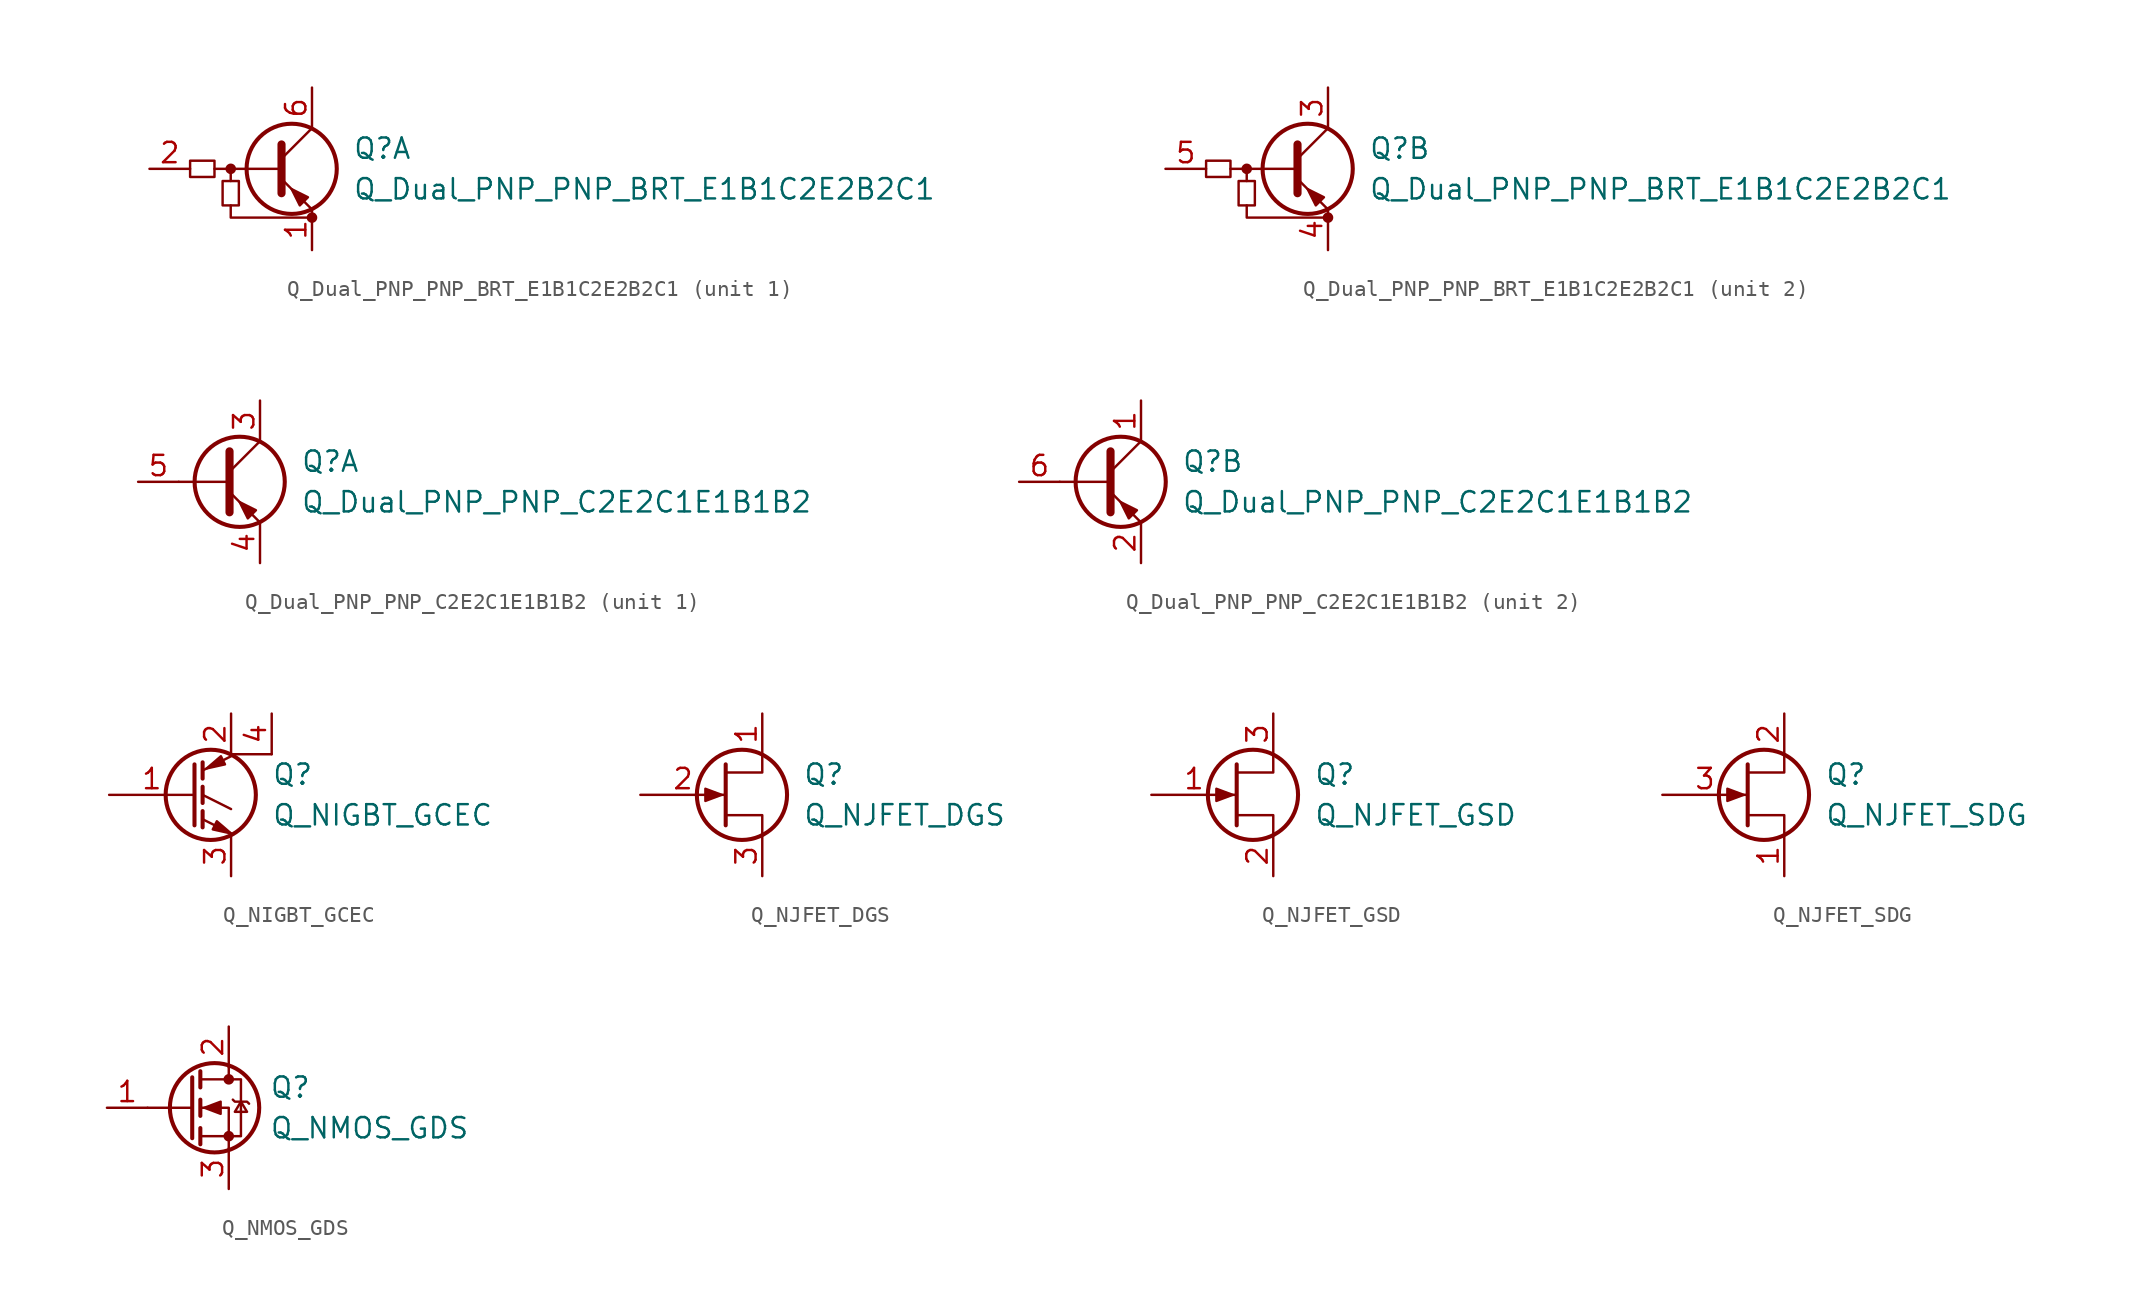
<source format=kicad_sym>
(kicad_symbol_lib
  (version 20211014)
  (generator kicad_symbol_editor)
  (symbol "Q_Dual_PNP_PNP_BRT_E1B1C2E2B2C1"
    (pin_names hide)
    (property "Reference" "Q"
      (at 3.81 1.27 0)
      (effects (font (size 1.27 1.27)) (justify left)))
    (property "Value" "Q_Dual_PNP_PNP_BRT_E1B1C2E2B2C1"
      (at 3.81 -1.27 0)
      (effects (font (size 1.27 1.27)) (justify left)))
    (symbol "Q_Dual_PNP_PNP_BRT_E1B1C2E2B2C1_0_1"
      (rectangle (start -6.35 0.508) (end -4.826 -0.508) (stroke (width 0) (type default) (color 0 0 0 0)) (fill (type none)))
      (rectangle (start -4.318 -2.286) (end -3.302 -0.762) (stroke (width 0) (type default) (color 0 0 0 0)) (fill (type none)))
      (circle (center -3.81 0) (radius 0.254) (stroke (width 0) (type default) (color 0 0 0 0)) (fill (type outline)))
      (polyline (pts (xy -3.81 -0.762) (xy -3.81 0)) (stroke (width 0) (type default) (color 0 0 0 0)) (fill (type none)))
      (polyline (pts (xy -0.762 0) (xy -4.826 0)) (stroke (width 0) (type default) (color 0 0 0 0)) (fill (type none)))
      (polyline (pts (xy -0.635 1.524) (xy -0.635 -1.524)) (stroke (width 0.508) (type default) (color 0 0 0 0)) (fill (type none)))
      (polyline (pts (xy -3.81 -2.286) (xy -3.81 -3.048) (xy 1.27 -3.048)) (stroke (width 0) (type default) (color 0 0 0 0)) (fill (type none)))
      (polyline (pts (xy 1.016 -1.778) (xy 0.508 -2.286) (xy 0 -1.27) (xy 1.016 -1.778) (xy 1.016 -1.778)) (stroke (width 0) (type default) (color 0 0 0 0)) (fill (type outline)))
      (circle (center 1.27 -3.048) (radius 0.254) (stroke (width 0) (type default) (color 0 0 0 0)) (fill (type outline))))
    (symbol "Q_Dual_PNP_PNP_BRT_E1B1C2E2B2C1_1_1"
      (polyline (pts (xy -0.635 0.635) (xy 1.27 2.54)) (stroke (width 0) (type default) (color 0 0 0 0)) (fill (type none)))
      (polyline (pts (xy -0.635 -0.635) (xy 1.27 -2.54) (xy 1.27 -2.54)) (stroke (width 0) (type default) (color 0 0 0 0)) (fill (type none)))
      (circle (center 0 0) (radius 2.819) (stroke (width 0.254) (type default) (color 0 0 0 0)) (fill (type none)))
      (pin passive line (at 1.27 -5.08 90) (length 2.54) (name "E1" (effects (font (size 1.27 1.27)))) (number "1" (effects (font (size 1.27 1.27)))))
      (pin input line (at -8.89 0 0) (length 2.54) (name "B1" (effects (font (size 1.27 1.27)))) (number "2" (effects (font (size 1.27 1.27)))))
      (pin passive line (at 1.27 5.08 270) (length 2.54) (name "C1" (effects (font (size 1.27 1.27)))) (number "6" (effects (font (size 1.27 1.27))))))
    (symbol "Q_Dual_PNP_PNP_BRT_E1B1C2E2B2C1_2_1"
      (polyline (pts (xy -0.635 0.635) (xy 1.27 2.54)) (stroke (width 0) (type default) (color 0 0 0 0)) (fill (type none)))
      (polyline (pts (xy -0.635 -0.635) (xy 1.27 -2.54) (xy 1.27 -2.54)) (stroke (width 0) (type default) (color 0 0 0 0)) (fill (type none)))
      (circle (center 0 0) (radius 2.819) (stroke (width 0.254) (type default) (color 0 0 0 0)) (fill (type none)))
      (pin passive line (at 1.27 5.08 270) (length 2.54) (name "C2" (effects (font (size 1.27 1.27)))) (number "3" (effects (font (size 1.27 1.27)))))
      (pin passive line (at 1.27 -5.08 90) (length 2.54) (name "E2" (effects (font (size 1.27 1.27)))) (number "4" (effects (font (size 1.27 1.27)))))
      (pin input line (at -8.89 0 0) (length 2.54) (name "B2" (effects (font (size 1.27 1.27)))) (number "5" (effects (font (size 1.27 1.27)))))))
  (symbol "Q_Dual_PNP_PNP_C2E2C1E1B1B2"
    (pin_names
      (offset 0) hide)
    (property "Reference" "Q"
      (at 5.08 1.27 0)
      (effects (font (size 1.27 1.27)) (justify left)))
    (property "Value" "Q_Dual_PNP_PNP_C2E2C1E1B1B2"
      (at 5.08 -1.27 0)
      (effects (font (size 1.27 1.27)) (justify left)))
    (property "ki_locked" ""
      (at 0 0 0)
      (effects (font (size 1.27 1.27))))
    (symbol "Q_Dual_PNP_PNP_C2E2C1E1B1B2_0_1"
      (polyline (pts (xy 0.635 0) (xy -2.54 0)) (stroke (width 0) (type default) (color 0 0 0 0)) (fill (type none)))
      (polyline (pts (xy 0.635 0.635) (xy 2.54 2.54)) (stroke (width 0) (type default) (color 0 0 0 0)) (fill (type none)))
      (polyline (pts (xy 0.635 -0.635) (xy 2.54 -2.54) (xy 2.54 -2.54)) (stroke (width 0) (type default) (color 0 0 0 0)) (fill (type none)))
      (polyline (pts (xy 0.635 1.905) (xy 0.635 -1.905) (xy 0.635 -1.905)) (stroke (width 0.508) (type default) (color 0 0 0 0)) (fill (type none)))
      (polyline (pts (xy 2.286 -1.778) (xy 1.778 -2.286) (xy 1.27 -1.27) (xy 2.286 -1.778) (xy 2.286 -1.778)) (stroke (width 0) (type default) (color 0 0 0 0)) (fill (type outline)))
      (circle (center 1.27 0) (radius 2.819) (stroke (width 0.254) (type default) (color 0 0 0 0)) (fill (type none))))
    (symbol "Q_Dual_PNP_PNP_C2E2C1E1B1B2_1_1"
      (pin passive line (at 2.54 5.08 270) (length 2.54) (name "C1" (effects (font (size 1.27 1.27)))) (number "3" (effects (font (size 1.27 1.27)))))
      (pin passive line (at 2.54 -5.08 90) (length 2.54) (name "E1" (effects (font (size 1.27 1.27)))) (number "4" (effects (font (size 1.27 1.27)))))
      (pin input line (at -5.08 0 0) (length 2.54) (name "B1" (effects (font (size 1.27 1.27)))) (number "5" (effects (font (size 1.27 1.27))))))
    (symbol "Q_Dual_PNP_PNP_C2E2C1E1B1B2_2_1"
      (pin passive line (at 2.54 5.08 270) (length 2.54) (name "C2" (effects (font (size 1.27 1.27)))) (number "1" (effects (font (size 1.27 1.27)))))
      (pin passive line (at 2.54 -5.08 90) (length 2.54) (name "E2" (effects (font (size 1.27 1.27)))) (number "2" (effects (font (size 1.27 1.27)))))
      (pin input line (at -5.08 0 0) (length 2.54) (name "B2" (effects (font (size 1.27 1.27)))) (number "6" (effects (font (size 1.27 1.27)))))))
  (symbol "Q_NIGBT_GCEC"
    (pin_names
      (offset 0) hide)
    (property "Reference" "Q"
      (at 5.08 1.27 0)
      (effects (font (size 1.27 1.27)) (justify left)))
    (property "Value" "Q_NIGBT_GCEC"
      (at 5.08 -1.27 0)
      (effects (font (size 1.27 1.27)) (justify left)))
    (symbol "Q_NIGBT_GCEC_0_1"
      (polyline (pts (xy 0.762 -1.016) (xy 0.762 -2.032)) (stroke (width 0.254) (type default) (color 0 0 0 0)) (fill (type none)))
      (polyline (pts (xy 0.762 0.508) (xy 0.762 -0.508)) (stroke (width 0.254) (type default) (color 0 0 0 0)) (fill (type none)))
      (polyline (pts (xy 0.762 2.032) (xy 0.762 1.016)) (stroke (width 0.254) (type default) (color 0 0 0 0)) (fill (type none)))
      (polyline (pts (xy 2.54 -2.413) (xy 0.762 -1.524)) (stroke (width 0) (type default) (color 0 0 0 0)) (fill (type none)))
      (polyline (pts (xy 2.54 -0.889) (xy 0.762 0)) (stroke (width 0) (type default) (color 0 0 0 0)) (fill (type none)))
      (polyline (pts (xy 2.54 2.413) (xy 0.762 1.524)) (stroke (width 0) (type default) (color 0 0 0 0)) (fill (type none)))
      (polyline (pts (xy 2.54 2.54) (xy 5.08 2.54)) (stroke (width 0) (type default) (color 0 0 0 0)) (fill (type none)))
      (polyline (pts (xy 0.254 1.905) (xy 0.254 -1.905) (xy 0.254 -1.905)) (stroke (width 0.254) (type default) (color 0 0 0 0)) (fill (type none)))
      (polyline (pts (xy 1.397 -2.159) (xy 1.651 -1.651) (xy 2.54 -2.413) (xy 1.397 -2.159)) (stroke (width 0) (type default) (color 0 0 0 0)) (fill (type outline)))
      (polyline (pts (xy 2.159 1.905) (xy 1.905 2.413) (xy 1.016 1.651) (xy 2.159 1.905)) (stroke (width 0) (type default) (color 0 0 0 0)) (fill (type outline)))
      (circle (center 1.27 0) (radius 2.819) (stroke (width 0.254) (type default) (color 0 0 0 0)) (fill (type none))))
    (symbol "Q_NIGBT_GCEC_1_1"
      (pin input line (at -5.08 0 0) (length 5.334) (name "G" (effects (font (size 1.27 1.27)))) (number "1" (effects (font (size 1.27 1.27)))))
      (pin passive line (at 2.54 5.08 270) (length 2.54) (name "C" (effects (font (size 1.27 1.27)))) (number "2" (effects (font (size 1.27 1.27)))))
      (pin passive line (at 2.54 -5.08 90) (length 2.54) (name "E" (effects (font (size 1.27 1.27)))) (number "3" (effects (font (size 1.27 1.27)))))
      (pin passive line (at 5.08 5.08 270) (length 2.54) (name "C" (effects (font (size 1.27 1.27)))) (number "4" (effects (font (size 1.27 1.27)))))))
  (symbol "Q_NJFET_DGS"
    (pin_names
      (offset 0) hide)
    (property "Reference" "Q"
      (at 5.08 1.27 0)
      (effects (font (size 1.27 1.27)) (justify left)))
    (property "Value" "Q_NJFET_DGS"
      (at 5.08 -1.27 0)
      (effects (font (size 1.27 1.27)) (justify left)))
    (symbol "Q_NJFET_DGS_0_1"
      (polyline (pts (xy 0.254 1.905) (xy 0.254 -1.905) (xy 0.254 -1.905)) (stroke (width 0.254) (type default) (color 0 0 0 0)) (fill (type none)))
      (polyline (pts (xy 2.54 -2.54) (xy 2.54 -1.27) (xy 0.254 -1.27)) (stroke (width 0) (type default) (color 0 0 0 0)) (fill (type none)))
      (polyline (pts (xy 2.54 2.54) (xy 2.54 1.397) (xy 0.254 1.397)) (stroke (width 0) (type default) (color 0 0 0 0)) (fill (type none)))
      (polyline (pts (xy 0 0) (xy -1.016 0.381) (xy -1.016 -0.381) (xy 0 0)) (stroke (width 0) (type default) (color 0 0 0 0)) (fill (type outline)))
      (circle (center 1.27 0) (radius 2.819) (stroke (width 0.254) (type default) (color 0 0 0 0)) (fill (type none))))
    (symbol "Q_NJFET_DGS_1_1"
      (pin passive line (at 2.54 5.08 270) (length 2.54) (name "D" (effects (font (size 1.27 1.27)))) (number "1" (effects (font (size 1.27 1.27)))))
      (pin input line (at -5.08 0 0) (length 5.334) (name "G" (effects (font (size 1.27 1.27)))) (number "2" (effects (font (size 1.27 1.27)))))
      (pin passive line (at 2.54 -5.08 90) (length 2.54) (name "S" (effects (font (size 1.27 1.27)))) (number "3" (effects (font (size 1.27 1.27)))))))
  (symbol "Q_NJFET_GSD"
    (pin_names
      (offset 0) hide)
    (property "Reference" "Q"
      (at 5.08 1.27 0)
      (effects (font (size 1.27 1.27)) (justify left)))
    (property "Value" "Q_NJFET_GSD"
      (at 5.08 -1.27 0)
      (effects (font (size 1.27 1.27)) (justify left)))
    (symbol "Q_NJFET_GSD_0_1"
      (polyline (pts (xy 0.254 1.905) (xy 0.254 -1.905) (xy 0.254 -1.905)) (stroke (width 0.254) (type default) (color 0 0 0 0)) (fill (type none)))
      (polyline (pts (xy 2.54 -2.54) (xy 2.54 -1.27) (xy 0.254 -1.27)) (stroke (width 0) (type default) (color 0 0 0 0)) (fill (type none)))
      (polyline (pts (xy 2.54 2.54) (xy 2.54 1.397) (xy 0.254 1.397)) (stroke (width 0) (type default) (color 0 0 0 0)) (fill (type none)))
      (polyline (pts (xy 0 0) (xy -1.016 0.381) (xy -1.016 -0.381) (xy 0 0)) (stroke (width 0) (type default) (color 0 0 0 0)) (fill (type outline)))
      (circle (center 1.27 0) (radius 2.819) (stroke (width 0.254) (type default) (color 0 0 0 0)) (fill (type none))))
    (symbol "Q_NJFET_GSD_1_1"
      (pin input line (at -5.08 0 0) (length 5.334) (name "G" (effects (font (size 1.27 1.27)))) (number "1" (effects (font (size 1.27 1.27)))))
      (pin passive line (at 2.54 -5.08 90) (length 2.54) (name "S" (effects (font (size 1.27 1.27)))) (number "2" (effects (font (size 1.27 1.27)))))
      (pin passive line (at 2.54 5.08 270) (length 2.54) (name "D" (effects (font (size 1.27 1.27)))) (number "3" (effects (font (size 1.27 1.27)))))))
  (symbol "Q_NJFET_SDG"
    (pin_names
      (offset 0) hide)
    (property "Reference" "Q"
      (at 5.08 1.27 0)
      (effects (font (size 1.27 1.27)) (justify left)))
    (property "Value" "Q_NJFET_SDG"
      (at 5.08 -1.27 0)
      (effects (font (size 1.27 1.27)) (justify left)))
    (symbol "Q_NJFET_SDG_0_1"
      (polyline (pts (xy 0.254 1.905) (xy 0.254 -1.905) (xy 0.254 -1.905)) (stroke (width 0.254) (type default) (color 0 0 0 0)) (fill (type none)))
      (polyline (pts (xy 2.54 -2.54) (xy 2.54 -1.27) (xy 0.254 -1.27)) (stroke (width 0) (type default) (color 0 0 0 0)) (fill (type none)))
      (polyline (pts (xy 2.54 2.54) (xy 2.54 1.397) (xy 0.254 1.397)) (stroke (width 0) (type default) (color 0 0 0 0)) (fill (type none)))
      (polyline (pts (xy 0 0) (xy -1.016 0.381) (xy -1.016 -0.381) (xy 0 0)) (stroke (width 0) (type default) (color 0 0 0 0)) (fill (type outline)))
      (circle (center 1.27 0) (radius 2.819) (stroke (width 0.254) (type default) (color 0 0 0 0)) (fill (type none))))
    (symbol "Q_NJFET_SDG_1_1"
      (pin passive line (at 2.54 -5.08 90) (length 2.54) (name "S" (effects (font (size 1.27 1.27)))) (number "1" (effects (font (size 1.27 1.27)))))
      (pin passive line (at 2.54 5.08 270) (length 2.54) (name "D" (effects (font (size 1.27 1.27)))) (number "2" (effects (font (size 1.27 1.27)))))
      (pin input line (at -5.08 0 0) (length 5.334) (name "G" (effects (font (size 1.27 1.27)))) (number "3" (effects (font (size 1.27 1.27)))))))
  (symbol "Q_NMOS_GDS"
    (pin_names
      (offset 0) hide)
    (property "Reference" "Q"
      (at 5.08 1.27 0)
      (effects (font (size 1.27 1.27)) (justify left)))
    (property "Value" "Q_NMOS_GDS"
      (at 5.08 -1.27 0)
      (effects (font (size 1.27 1.27)) (justify left)))
    (symbol "Q_NMOS_GDS_0_1"
      (polyline (pts (xy 0.254 0) (xy -2.54 0)) (stroke (width 0) (type default) (color 0 0 0 0)) (fill (type none)))
      (polyline (pts (xy 0.254 1.905) (xy 0.254 -1.905)) (stroke (width 0.254) (type default) (color 0 0 0 0)) (fill (type none)))
      (polyline (pts (xy 0.762 -1.27) (xy 0.762 -2.286)) (stroke (width 0.254) (type default) (color 0 0 0 0)) (fill (type none)))
      (polyline (pts (xy 0.762 0.508) (xy 0.762 -0.508)) (stroke (width 0.254) (type default) (color 0 0 0 0)) (fill (type none)))
      (polyline (pts (xy 0.762 2.286) (xy 0.762 1.27)) (stroke (width 0.254) (type default) (color 0 0 0 0)) (fill (type none)))
      (polyline (pts (xy 2.54 2.54) (xy 2.54 1.778)) (stroke (width 0) (type default) (color 0 0 0 0)) (fill (type none)))
      (polyline (pts (xy 2.54 -2.54) (xy 2.54 0) (xy 0.762 0)) (stroke (width 0) (type default) (color 0 0 0 0)) (fill (type none)))
      (polyline (pts (xy 0.762 -1.778) (xy 3.302 -1.778) (xy 3.302 1.778) (xy 0.762 1.778)) (stroke (width 0) (type default) (color 0 0 0 0)) (fill (type none)))
      (polyline (pts (xy 1.016 0) (xy 2.032 0.381) (xy 2.032 -0.381) (xy 1.016 0)) (stroke (width 0) (type default) (color 0 0 0 0)) (fill (type outline)))
      (polyline (pts (xy 2.794 0.508) (xy 2.921 0.381) (xy 3.683 0.381) (xy 3.81 0.254)) (stroke (width 0) (type default) (color 0 0 0 0)) (fill (type none)))
      (polyline (pts (xy 3.302 0.381) (xy 2.921 -0.254) (xy 3.683 -0.254) (xy 3.302 0.381)) (stroke (width 0) (type default) (color 0 0 0 0)) (fill (type none)))
      (circle (center 1.651 0) (radius 2.794) (stroke (width 0.254) (type default) (color 0 0 0 0)) (fill (type none)))
      (circle (center 2.54 -1.778) (radius 0.254) (stroke (width 0) (type default) (color 0 0 0 0)) (fill (type outline)))
      (circle (center 2.54 1.778) (radius 0.254) (stroke (width 0) (type default) (color 0 0 0 0)) (fill (type outline))))
    (symbol "Q_NMOS_GDS_1_1"
      (pin input line (at -5.08 0 0) (length 2.54) (name "G" (effects (font (size 1.27 1.27)))) (number "1" (effects (font (size 1.27 1.27)))))
      (pin passive line (at 2.54 5.08 270) (length 2.54) (name "D" (effects (font (size 1.27 1.27)))) (number "2" (effects (font (size 1.27 1.27)))))
      (pin passive line (at 2.54 -5.08 90) (length 2.54) (name "S" (effects (font (size 1.27 1.27)))) (number "3" (effects (font (size 1.27 1.27))))))))
</source>
